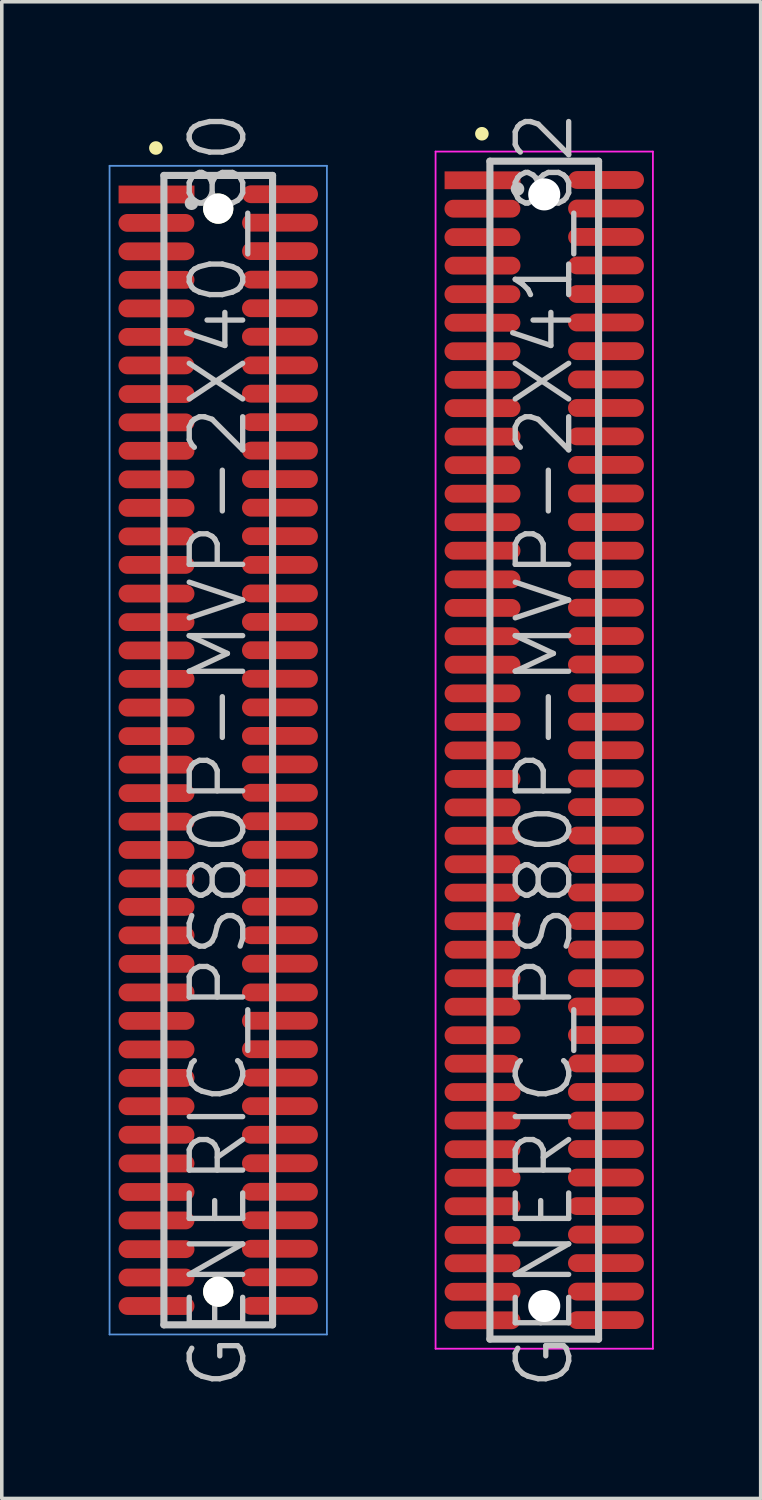
<source format=kicad_pcb>
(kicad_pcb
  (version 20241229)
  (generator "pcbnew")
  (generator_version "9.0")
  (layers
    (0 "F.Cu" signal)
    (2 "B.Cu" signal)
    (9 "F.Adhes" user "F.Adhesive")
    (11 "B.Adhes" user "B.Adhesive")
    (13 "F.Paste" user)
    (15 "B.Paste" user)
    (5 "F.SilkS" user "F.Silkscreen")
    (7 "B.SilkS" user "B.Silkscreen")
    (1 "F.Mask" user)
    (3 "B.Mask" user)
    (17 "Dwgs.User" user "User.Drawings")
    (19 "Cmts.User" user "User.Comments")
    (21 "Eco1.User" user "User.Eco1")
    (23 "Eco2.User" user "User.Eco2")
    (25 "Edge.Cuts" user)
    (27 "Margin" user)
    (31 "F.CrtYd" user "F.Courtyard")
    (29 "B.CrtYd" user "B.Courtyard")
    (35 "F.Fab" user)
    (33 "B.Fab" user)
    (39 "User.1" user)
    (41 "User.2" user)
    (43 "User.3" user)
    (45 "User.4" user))
  (footprint "GENERIC_PS80P-MVP-2X40_80"
    (layer "F.Cu")
    (at 3.075 18.004)
    (property "Reference" "GENERIC_PS80P-MVP-2X40_80" (at 0 0 90) (layer "Dwgs.User") (effects (font (size 1.5 1.5) (thickness 0.15))))
    (attr smd)
    (fp_line (start -1.75 -16.9) (end -1.75 -16.9) (stroke (width 0.381) (type solid)) (layer "F.SilkS"))
    (fp_line (start -1.525 -16.13) (end -1.525 16.13) (stroke (width 0.2) (type solid)) (layer "Dwgs.User"))
    (fp_line (start -1.525 -16.13) (end 1.525 -16.13) (stroke (width 0.2) (type solid)) (layer "Dwgs.User"))
    (fp_line (start -1.525 16.13) (end 1.525 16.13) (stroke (width 0.2) (type solid)) (layer "Dwgs.User"))
    (fp_line (start -0.75 -15.35) (end -0.75 -15.35) (stroke (width 0.381) (type solid)) (layer "Dwgs.User"))
    (fp_line (start 1.525 -16.13) (end 1.525 16.13) (stroke (width 0.2) (type solid)) (layer "Dwgs.User"))
    (fp_line (start -3.05 -16.4) (end -3.05 16.4) (stroke (width 0.05) (type solid)) (layer "Cmts.User"))
    (fp_line (start -3.05 -16.4) (end 3.05 -16.4) (stroke (width 0.05) (type solid)) (layer "Cmts.User"))
    (fp_line (start -3.05 16.4) (end 3.05 16.4) (stroke (width 0.05) (type solid)) (layer "Cmts.User"))
    (fp_line (start 3.05 -16.4) (end 3.05 16.4) (stroke (width 0.05) (type solid)) (layer "Cmts.User"))
    (pad "" np_thru_hole circle (at 0 -15.199 270) (size 0.848 0.848) (drill 0.848) (layers "*.Cu" "*.Mask" "F.SilkS"))
    (pad "" np_thru_hole circle (at 0 15.199 270) (size 0.848 0.848) (drill 0.848) (layers "*.Cu" "*.Mask" "F.SilkS"))
    (pad "1" smd rect (at -1.732 -15.596 270) (size 0.5 2.13) (layers "F.Cu" "F.Mask" "F.Paste"))
    (pad "2" smd oval (at 1.735 -15.603 270) (size 0.5 2.13) (layers "F.Cu" "F.Mask" "F.Paste"))
    (pad "3" smd oval (at -1.735 -14.798 270) (size 0.5 2.13) (layers "F.Cu" "F.Mask" "F.Paste"))
    (pad "4" smd oval (at 1.735 -14.803 270) (size 0.5 2.13) (layers "F.Cu" "F.Mask" "F.Paste"))
    (pad "5" smd oval (at -1.735 -14 270) (size 0.5 2.13) (layers "F.Cu" "F.Mask" "F.Paste"))
    (pad "6" smd oval (at 1.735 -14.006 270) (size 0.5 2.13) (layers "F.Cu" "F.Mask" "F.Paste"))
    (pad "7" smd oval (at -1.732 -13.2 270) (size 0.5 2.13) (layers "F.Cu" "F.Mask" "F.Paste"))
    (pad "8" smd oval (at 1.732 -13.205 270) (size 0.5 2.13) (layers "F.Cu" "F.Mask" "F.Paste"))
    (pad "9" smd oval (at -1.735 -12.398 270) (size 0.5 2.13) (layers "F.Cu" "F.Mask" "F.Paste"))
    (pad "10" smd oval (at 1.732 -12.403 270) (size 0.5 2.13) (layers "F.Cu" "F.Mask" "F.Paste"))
    (pad "11" smd oval (at -1.735 -11.598 270) (size 0.5 2.13) (layers "F.Cu" "F.Mask" "F.Paste"))
    (pad "12" smd oval (at 1.732 -11.603 270) (size 0.5 2.13) (layers "F.Cu" "F.Mask" "F.Paste"))
    (pad "13" smd oval (at -1.735 -10.798 270) (size 0.5 2.13) (layers "F.Cu" "F.Mask" "F.Paste"))
    (pad "14" smd oval (at 1.735 -10.8 270) (size 0.5 2.13) (layers "F.Cu" "F.Mask" "F.Paste"))
    (pad "15" smd oval (at -1.732 -9.995 270) (size 0.5 2.13) (layers "F.Cu" "F.Mask" "F.Paste"))
    (pad "16" smd oval (at 1.732 -10.005 270) (size 0.5 2.13) (layers "F.Cu" "F.Mask" "F.Paste"))
    (pad "17" smd oval (at -1.732 -9.2 270) (size 0.5 2.13) (layers "F.Cu" "F.Mask" "F.Paste"))
    (pad "18" smd oval (at 1.732 -9.205 270) (size 0.5 2.13) (layers "F.Cu" "F.Mask" "F.Paste"))
    (pad "19" smd oval (at -1.732 -8.4 270) (size 0.5 2.13) (layers "F.Cu" "F.Mask" "F.Paste"))
    (pad "20" smd oval (at 1.732 -8.407 270) (size 0.5 2.13) (layers "F.Cu" "F.Mask" "F.Paste"))
    (pad "21" smd oval (at -1.732 -7.6 270) (size 0.5 2.13) (layers "F.Cu" "F.Mask" "F.Paste"))
    (pad "22" smd oval (at 1.732 -7.607 270) (size 0.5 2.13) (layers "F.Cu" "F.Mask" "F.Paste"))
    (pad "23" smd oval (at -1.732 -6.8 270) (size 0.5 2.13) (layers "F.Cu" "F.Mask" "F.Paste"))
    (pad "24" smd oval (at 1.732 -6.805 270) (size 0.5 2.13) (layers "F.Cu" "F.Mask" "F.Paste"))
    (pad "25" smd oval (at -1.732 -5.999 270) (size 0.5 2.13) (layers "F.Cu" "F.Mask" "F.Paste"))
    (pad "26" smd oval (at 1.732 -6.005 270) (size 0.5 2.13) (layers "F.Cu" "F.Mask" "F.Paste"))
    (pad "27" smd oval (at -1.732 -5.199 270) (size 0.5 2.13) (layers "F.Cu" "F.Mask" "F.Paste"))
    (pad "28" smd oval (at 1.732 -5.199 270) (size 0.5 2.13) (layers "F.Cu" "F.Mask" "F.Paste"))
    (pad "29" smd oval (at -1.732 -4.394 270) (size 0.5 2.13) (layers "F.Cu" "F.Mask" "F.Paste"))
    (pad "30" smd oval (at 1.732 -4.399 270) (size 0.5 2.13) (layers "F.Cu" "F.Mask" "F.Paste"))
    (pad "31" smd oval (at -1.732 -3.594 270) (size 0.5 2.13) (layers "F.Cu" "F.Mask" "F.Paste"))
    (pad "32" smd oval (at 1.732 -3.599 270) (size 0.5 2.13) (layers "F.Cu" "F.Mask" "F.Paste"))
    (pad "33" smd oval (at -1.732 -2.799 270) (size 0.5 2.13) (layers "F.Cu" "F.Mask" "F.Paste"))
    (pad "34" smd oval (at 1.732 -2.804 270) (size 0.5 2.13) (layers "F.Cu" "F.Mask" "F.Paste"))
    (pad "35" smd oval (at -1.732 -1.999 270) (size 0.5 2.13) (layers "F.Cu" "F.Mask" "F.Paste"))
    (pad "36" smd oval (at 1.732 -2.004 270) (size 0.5 2.13) (layers "F.Cu" "F.Mask" "F.Paste"))
    (pad "37" smd oval (at -1.732 -1.194 270) (size 0.5 2.13) (layers "F.Cu" "F.Mask" "F.Paste"))
    (pad "38" smd oval (at 1.732 -1.199 270) (size 0.5 2.13) (layers "F.Cu" "F.Mask" "F.Paste"))
    (pad "39" smd oval (at -1.732 -0.394 270) (size 0.5 2.13) (layers "F.Cu" "F.Mask" "F.Paste"))
    (pad "40" smd oval (at 1.732 -0.399 270) (size 0.5 2.13) (layers "F.Cu" "F.Mask" "F.Paste"))
    (pad "41" smd oval (at -1.732 0.406 270) (size 0.5 2.13) (layers "F.Cu" "F.Mask" "F.Paste"))
    (pad "42" smd oval (at 1.732 0.401 270) (size 0.5 2.13) (layers "F.Cu" "F.Mask" "F.Paste"))
    (pad "43" smd oval (at -1.732 1.206 270) (size 0.5 2.13) (layers "F.Cu" "F.Mask" "F.Paste"))
    (pad "44" smd oval (at 1.732 1.196 270) (size 0.5 2.13) (layers "F.Cu" "F.Mask" "F.Paste"))
    (pad "45" smd oval (at -1.732 2.007 270) (size 0.5 2.13) (layers "F.Cu" "F.Mask" "F.Paste"))
    (pad "46" smd oval (at 1.732 1.996 270) (size 0.5 2.13) (layers "F.Cu" "F.Mask" "F.Paste"))
    (pad "47" smd oval (at -1.732 2.802 270) (size 0.5 2.13) (layers "F.Cu" "F.Mask" "F.Paste"))
    (pad "48" smd oval (at 1.732 2.797 270) (size 0.5 2.13) (layers "F.Cu" "F.Mask" "F.Paste"))
    (pad "49" smd oval (at -1.732 3.602 270) (size 0.5 2.13) (layers "F.Cu" "F.Mask" "F.Paste"))
    (pad "50" smd oval (at 1.732 3.594 270) (size 0.5 2.13) (layers "F.Cu" "F.Mask" "F.Paste"))
    (pad "51" smd oval (at -1.732 4.399 270) (size 0.5 2.13) (layers "F.Cu" "F.Mask" "F.Paste"))
    (pad "52" smd oval (at 1.732 4.394 270) (size 0.5 2.13) (layers "F.Cu" "F.Mask" "F.Paste"))
    (pad "53" smd oval (at -1.732 5.199 270) (size 0.5 2.13) (layers "F.Cu" "F.Mask" "F.Paste"))
    (pad "54" smd oval (at 1.732 5.194 270) (size 0.5 2.13) (layers "F.Cu" "F.Mask" "F.Paste"))
    (pad "55" smd oval (at -1.732 5.999 270) (size 0.5 2.13) (layers "F.Cu" "F.Mask" "F.Paste"))
    (pad "56" smd oval (at 1.732 5.994 270) (size 0.5 2.13) (layers "F.Cu" "F.Mask" "F.Paste"))
    (pad "57" smd oval (at -1.732 6.8 270) (size 0.5 2.13) (layers "F.Cu" "F.Mask" "F.Paste"))
    (pad "58" smd oval (at 1.732 6.8 270) (size 0.5 2.13) (layers "F.Cu" "F.Mask" "F.Paste"))
    (pad "59" smd oval (at -1.732 7.6 270) (size 0.5 2.13) (layers "F.Cu" "F.Mask" "F.Paste"))
    (pad "60" smd oval (at 1.732 7.595 270) (size 0.5 2.13) (layers "F.Cu" "F.Mask" "F.Paste"))
    (pad "61" smd oval (at -1.732 8.4 270) (size 0.5 2.13) (layers "F.Cu" "F.Mask" "F.Paste"))
    (pad "62" smd oval (at 1.732 8.395 270) (size 0.5 2.13) (layers "F.Cu" "F.Mask" "F.Paste"))
    (pad "63" smd oval (at -1.732 9.2 270) (size 0.5 2.13) (layers "F.Cu" "F.Mask" "F.Paste"))
    (pad "64" smd oval (at 1.732 9.192 270) (size 0.5 2.13) (layers "F.Cu" "F.Mask" "F.Paste"))
    (pad "65" smd oval (at -1.732 9.995 270) (size 0.5 2.13) (layers "F.Cu" "F.Mask" "F.Paste"))
    (pad "66" smd oval (at 1.732 9.992 270) (size 0.5 2.13) (layers "F.Cu" "F.Mask" "F.Paste"))
    (pad "67" smd oval (at -1.732 10.795 270) (size 0.5 2.13) (layers "F.Cu" "F.Mask" "F.Paste"))
    (pad "68" smd oval (at 1.732 10.795 270) (size 0.5 2.13) (layers "F.Cu" "F.Mask" "F.Paste"))
    (pad "69" smd oval (at -1.732 11.6 270) (size 0.5 2.13) (layers "F.Cu" "F.Mask" "F.Paste"))
    (pad "70" smd oval (at 1.732 11.595 270) (size 0.5 2.13) (layers "F.Cu" "F.Mask" "F.Paste"))
    (pad "71" smd oval (at -1.732 12.4 270) (size 0.5 2.13) (layers "F.Cu" "F.Mask" "F.Paste"))
    (pad "72" smd oval (at 1.732 12.395 270) (size 0.5 2.13) (layers "F.Cu" "F.Mask" "F.Paste"))
    (pad "73" smd oval (at -1.732 13.2 270) (size 0.5 2.13) (layers "F.Cu" "F.Mask" "F.Paste"))
    (pad "74" smd oval (at 1.732 13.195 270) (size 0.5 2.13) (layers "F.Cu" "F.Mask" "F.Paste"))
    (pad "75" smd oval (at -1.732 14.006 270) (size 0.5 2.13) (layers "F.Cu" "F.Mask" "F.Paste"))
    (pad "76" smd oval (at 1.732 13.995 270) (size 0.5 2.13) (layers "F.Cu" "F.Mask" "F.Paste"))
    (pad "77" smd oval (at -1.732 14.801 270) (size 0.5 2.13) (layers "F.Cu" "F.Mask" "F.Paste"))
    (pad "78" smd oval (at 1.732 14.796 270) (size 0.5 2.13) (layers "F.Cu" "F.Mask" "F.Paste"))
    (pad "79" smd oval (at -1.732 15.601 270) (size 0.5 2.13) (layers "F.Cu" "F.Mask" "F.Paste"))
    (pad "80" smd oval (at 1.732 15.596 270) (size 0.5 2.13) (layers "F.Cu" "F.Mask" "F.Paste")))
  (footprint "GENERIC_PS80P-MVP-2X41_82"
    (layer "F.Cu")
    (at 12.225 18.004)
    (property "Reference" "GENERIC_PS80P-MVP-2X41_82" (at 0 0 90) (layer "Dwgs.User") (effects (font (size 1.5 1.5) (thickness 0.15))))
    (attr smd)
    (fp_line (start -1.75 -17.3) (end -1.75 -17.3) (stroke (width 0.381) (type solid)) (layer "F.SilkS"))
    (fp_line (start -1.525 -16.53) (end -1.525 16.53) (stroke (width 0.2) (type solid)) (layer "Dwgs.User"))
    (fp_line (start -1.525 -16.53) (end 1.525 -16.53) (stroke (width 0.2) (type solid)) (layer "Dwgs.User"))
    (fp_line (start -1.525 16.53) (end 1.525 16.53) (stroke (width 0.2) (type solid)) (layer "Dwgs.User"))
    (fp_line (start -0.75 -15.75) (end -0.75 -15.75) (stroke (width 0.381) (type solid)) (layer "Dwgs.User"))
    (fp_line (start 1.525 -16.53) (end 1.525 16.53) (stroke (width 0.2) (type solid)) (layer "Dwgs.User"))
    (fp_line (start -3.05 -16.8) (end -3.05 16.8) (stroke (width 0.05) (type solid)) (layer "F.CrtYd"))
    (fp_line (start -3.05 -16.8) (end 3.05 -16.8) (stroke (width 0.05) (type solid)) (layer "F.CrtYd"))
    (fp_line (start -3.05 16.8) (end 3.05 16.8) (stroke (width 0.05) (type solid)) (layer "F.CrtYd"))
    (fp_line (start 3.05 -16.8) (end 3.05 16.8) (stroke (width 0.05) (type solid)) (layer "F.CrtYd"))
    (pad "" np_thru_hole circle (at 0 -15.598 270) (size 0.9 0.9) (drill 0.9) (layers "*.Cu" "*.Mask"))
    (pad "" np_thru_hole circle (at 0 15.601 270) (size 0.9 0.9) (drill 0.9) (layers "*.Cu" "*.Mask"))
    (pad "1" smd rect (at -1.732 -15.994 270) (size 0.5 2.13) (layers "F.Cu" "F.Mask" "F.Paste"))
    (pad "2" smd oval (at 1.735 -16.002 270) (size 0.5 2.13) (layers "F.Cu" "F.Mask" "F.Paste"))
    (pad "3" smd oval (at -1.735 -15.197 270) (size 0.5 2.13) (layers "F.Cu" "F.Mask" "F.Paste"))
    (pad "4" smd oval (at 1.735 -15.202 270) (size 0.5 2.13) (layers "F.Cu" "F.Mask" "F.Paste"))
    (pad "5" smd oval (at -1.735 -14.399 270) (size 0.5 2.13) (layers "F.Cu" "F.Mask" "F.Paste"))
    (pad "6" smd oval (at 1.735 -14.404 270) (size 0.5 2.13) (layers "F.Cu" "F.Mask" "F.Paste"))
    (pad "7" smd oval (at -1.732 -13.599 270) (size 0.5 2.13) (layers "F.Cu" "F.Mask" "F.Paste"))
    (pad "8" smd oval (at 1.732 -13.604 270) (size 0.5 2.13) (layers "F.Cu" "F.Mask" "F.Paste"))
    (pad "9" smd oval (at -1.735 -12.797 270) (size 0.5 2.13) (layers "F.Cu" "F.Mask" "F.Paste"))
    (pad "10" smd oval (at 1.732 -12.802 270) (size 0.5 2.13) (layers "F.Cu" "F.Mask" "F.Paste"))
    (pad "11" smd oval (at -1.735 -11.996 270) (size 0.5 2.13) (layers "F.Cu" "F.Mask" "F.Paste"))
    (pad "12" smd oval (at 1.732 -12.002 270) (size 0.5 2.13) (layers "F.Cu" "F.Mask" "F.Paste"))
    (pad "13" smd oval (at -1.735 -11.196 270) (size 0.5 2.13) (layers "F.Cu" "F.Mask" "F.Paste"))
    (pad "14" smd oval (at 1.735 -11.199 270) (size 0.5 2.13) (layers "F.Cu" "F.Mask" "F.Paste"))
    (pad "15" smd oval (at -1.732 -10.394 270) (size 0.5 2.13) (layers "F.Cu" "F.Mask" "F.Paste"))
    (pad "16" smd oval (at 1.732 -10.404 270) (size 0.5 2.13) (layers "F.Cu" "F.Mask" "F.Paste"))
    (pad "17" smd oval (at -1.732 -9.599 270) (size 0.5 2.13) (layers "F.Cu" "F.Mask" "F.Paste"))
    (pad "18" smd oval (at 1.732 -9.604 270) (size 0.5 2.13) (layers "F.Cu" "F.Mask" "F.Paste"))
    (pad "19" smd oval (at -1.732 -8.799 270) (size 0.5 2.13) (layers "F.Cu" "F.Mask" "F.Paste"))
    (pad "20" smd oval (at 1.732 -8.806 270) (size 0.5 2.13) (layers "F.Cu" "F.Mask" "F.Paste"))
    (pad "21" smd oval (at -1.732 -7.998 270) (size 0.5 2.13) (layers "F.Cu" "F.Mask" "F.Paste"))
    (pad "22" smd oval (at 1.732 -8.006 270) (size 0.5 2.13) (layers "F.Cu" "F.Mask" "F.Paste"))
    (pad "23" smd oval (at -1.732 -7.198 270) (size 0.5 2.13) (layers "F.Cu" "F.Mask" "F.Paste"))
    (pad "24" smd oval (at 1.732 -7.203 270) (size 0.5 2.13) (layers "F.Cu" "F.Mask" "F.Paste"))
    (pad "25" smd oval (at -1.732 -6.398 270) (size 0.5 2.13) (layers "F.Cu" "F.Mask" "F.Paste"))
    (pad "26" smd oval (at 1.732 -6.403 270) (size 0.5 2.13) (layers "F.Cu" "F.Mask" "F.Paste"))
    (pad "27" smd oval (at -1.732 -5.598 270) (size 0.5 2.13) (layers "F.Cu" "F.Mask" "F.Paste"))
    (pad "28" smd oval (at 1.732 -5.598 270) (size 0.5 2.13) (layers "F.Cu" "F.Mask" "F.Paste"))
    (pad "29" smd oval (at -1.732 -4.793 270) (size 0.5 2.13) (layers "F.Cu" "F.Mask" "F.Paste"))
    (pad "30" smd oval (at 1.732 -4.798 270) (size 0.5 2.13) (layers "F.Cu" "F.Mask" "F.Paste"))
    (pad "31" smd oval (at -1.732 -3.993 270) (size 0.5 2.13) (layers "F.Cu" "F.Mask" "F.Paste"))
    (pad "32" smd oval (at 1.732 -3.998 270) (size 0.5 2.13) (layers "F.Cu" "F.Mask" "F.Paste"))
    (pad "33" smd oval (at -1.732 -3.198 270) (size 0.5 2.13) (layers "F.Cu" "F.Mask" "F.Paste"))
    (pad "34" smd oval (at 1.732 -3.203 270) (size 0.5 2.13) (layers "F.Cu" "F.Mask" "F.Paste"))
    (pad "35" smd oval (at -1.732 -2.398 270) (size 0.5 2.13) (layers "F.Cu" "F.Mask" "F.Paste"))
    (pad "36" smd oval (at 1.732 -2.403 270) (size 0.5 2.13) (layers "F.Cu" "F.Mask" "F.Paste"))
    (pad "37" smd oval (at -1.732 -1.593 270) (size 0.5 2.13) (layers "F.Cu" "F.Mask" "F.Paste"))
    (pad "38" smd oval (at 1.732 -1.598 270) (size 0.5 2.13) (layers "F.Cu" "F.Mask" "F.Paste"))
    (pad "39" smd oval (at -1.732 -0.792 270) (size 0.5 2.13) (layers "F.Cu" "F.Mask" "F.Paste"))
    (pad "40" smd oval (at 1.732 -0.798 270) (size 0.5 2.13) (layers "F.Cu" "F.Mask" "F.Paste"))
    (pad "41" smd oval (at -1.732 0.008 270) (size 0.5 2.13) (layers "F.Cu" "F.Mask" "F.Paste"))
    (pad "42" smd oval (at 1.732 0.003 270) (size 0.5 2.13) (layers "F.Cu" "F.Mask" "F.Paste"))
    (pad "43" smd oval (at -1.732 0.808 270) (size 0.5 2.13) (layers "F.Cu" "F.Mask" "F.Paste"))
    (pad "44" smd oval (at 1.732 0.798 270) (size 0.5 2.13) (layers "F.Cu" "F.Mask" "F.Paste"))
    (pad "45" smd oval (at -1.732 1.608 270) (size 0.5 2.13) (layers "F.Cu" "F.Mask" "F.Paste"))
    (pad "46" smd oval (at 1.732 1.598 270) (size 0.5 2.13) (layers "F.Cu" "F.Mask" "F.Paste"))
    (pad "47" smd oval (at -1.732 2.403 270) (size 0.5 2.13) (layers "F.Cu" "F.Mask" "F.Paste"))
    (pad "48" smd oval (at 1.732 2.398 270) (size 0.5 2.13) (layers "F.Cu" "F.Mask" "F.Paste"))
    (pad "49" smd oval (at -1.732 3.203 270) (size 0.5 2.13) (layers "F.Cu" "F.Mask" "F.Paste"))
    (pad "50" smd oval (at 1.732 3.195 270) (size 0.5 2.13) (layers "F.Cu" "F.Mask" "F.Paste"))
    (pad "51" smd oval (at -1.732 4 270) (size 0.5 2.13) (layers "F.Cu" "F.Mask" "F.Paste"))
    (pad "52" smd oval (at 1.732 3.995 270) (size 0.5 2.13) (layers "F.Cu" "F.Mask" "F.Paste"))
    (pad "53" smd oval (at -1.732 4.801 270) (size 0.5 2.13) (layers "F.Cu" "F.Mask" "F.Paste"))
    (pad "54" smd oval (at 1.732 4.796 270) (size 0.5 2.13) (layers "F.Cu" "F.Mask" "F.Paste"))
    (pad "55" smd oval (at -1.732 5.601 270) (size 0.5 2.13) (layers "F.Cu" "F.Mask" "F.Paste"))
    (pad "56" smd oval (at 1.732 5.596 270) (size 0.5 2.13) (layers "F.Cu" "F.Mask" "F.Paste"))
    (pad "57" smd oval (at -1.732 6.401 270) (size 0.5 2.13) (layers "F.Cu" "F.Mask" "F.Paste"))
    (pad "58" smd oval (at 1.732 6.401 270) (size 0.5 2.13) (layers "F.Cu" "F.Mask" "F.Paste"))
    (pad "59" smd oval (at -1.732 7.201 270) (size 0.5 2.13) (layers "F.Cu" "F.Mask" "F.Paste"))
    (pad "60" smd oval (at 1.732 7.196 270) (size 0.5 2.13) (layers "F.Cu" "F.Mask" "F.Paste"))
    (pad "61" smd oval (at -1.732 8.001 270) (size 0.5 2.13) (layers "F.Cu" "F.Mask" "F.Paste"))
    (pad "62" smd oval (at 1.732 7.996 270) (size 0.5 2.13) (layers "F.Cu" "F.Mask" "F.Paste"))
    (pad "63" smd oval (at -1.732 8.801 270) (size 0.5 2.13) (layers "F.Cu" "F.Mask" "F.Paste"))
    (pad "64" smd oval (at 1.732 8.793 270) (size 0.5 2.13) (layers "F.Cu" "F.Mask" "F.Paste"))
    (pad "65" smd oval (at -1.732 9.596 270) (size 0.5 2.13) (layers "F.Cu" "F.Mask" "F.Paste"))
    (pad "66" smd oval (at 1.732 9.594 270) (size 0.5 2.13) (layers "F.Cu" "F.Mask" "F.Paste"))
    (pad "67" smd oval (at -1.732 10.396 270) (size 0.5 2.13) (layers "F.Cu" "F.Mask" "F.Paste"))
    (pad "68" smd oval (at 1.732 10.396 270) (size 0.5 2.13) (layers "F.Cu" "F.Mask" "F.Paste"))
    (pad "69" smd oval (at -1.732 11.201 270) (size 0.5 2.13) (layers "F.Cu" "F.Mask" "F.Paste"))
    (pad "70" smd oval (at 1.732 11.196 270) (size 0.5 2.13) (layers "F.Cu" "F.Mask" "F.Paste"))
    (pad "71" smd oval (at -1.732 12.002 270) (size 0.5 2.13) (layers "F.Cu" "F.Mask" "F.Paste"))
    (pad "72" smd oval (at 1.732 11.996 270) (size 0.5 2.13) (layers "F.Cu" "F.Mask" "F.Paste"))
    (pad "73" smd oval (at -1.732 12.802 270) (size 0.5 2.13) (layers "F.Cu" "F.Mask" "F.Paste"))
    (pad "74" smd oval (at 1.732 12.797 270) (size 0.5 2.13) (layers "F.Cu" "F.Mask" "F.Paste"))
    (pad "75" smd oval (at -1.732 13.607 270) (size 0.5 2.13) (layers "F.Cu" "F.Mask" "F.Paste"))
    (pad "76" smd oval (at 1.732 13.597 270) (size 0.5 2.13) (layers "F.Cu" "F.Mask" "F.Paste"))
    (pad "77" smd oval (at -1.732 14.402 270) (size 0.5 2.13) (layers "F.Cu" "F.Mask" "F.Paste"))
    (pad "78" smd oval (at 1.732 14.397 270) (size 0.5 2.13) (layers "F.Cu" "F.Mask" "F.Paste"))
    (pad "79" smd oval (at -1.732 15.202 270) (size 0.5 2.13) (layers "F.Cu" "F.Mask" "F.Paste"))
    (pad "80" smd oval (at 1.732 15.197 270) (size 0.5 2.13) (layers "F.Cu" "F.Mask" "F.Paste"))
    (pad "81" smd oval (at -1.732 16.002 270) (size 0.5 2.13) (layers "F.Cu" "F.Mask" "F.Paste"))
    (pad "82" smd oval (at 1.732 15.997 270) (size 0.5 2.13) (layers "F.Cu" "F.Mask" "F.Paste")))
  (gr_rect
    (start -3 -3)
    (end 18.3 39.007)
    (stroke (width 0.1) (type default))
    (fill no)
    (layer "Edge.Cuts")))
</source>
